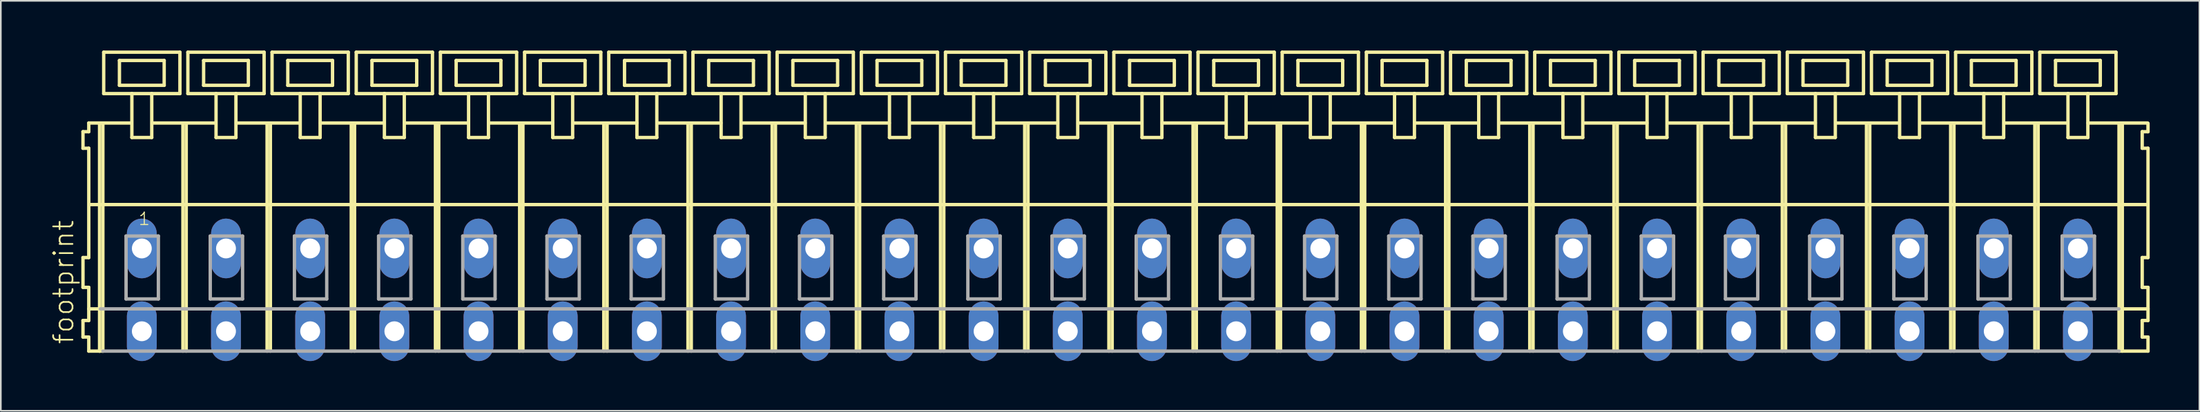
<source format=kicad_pcb>
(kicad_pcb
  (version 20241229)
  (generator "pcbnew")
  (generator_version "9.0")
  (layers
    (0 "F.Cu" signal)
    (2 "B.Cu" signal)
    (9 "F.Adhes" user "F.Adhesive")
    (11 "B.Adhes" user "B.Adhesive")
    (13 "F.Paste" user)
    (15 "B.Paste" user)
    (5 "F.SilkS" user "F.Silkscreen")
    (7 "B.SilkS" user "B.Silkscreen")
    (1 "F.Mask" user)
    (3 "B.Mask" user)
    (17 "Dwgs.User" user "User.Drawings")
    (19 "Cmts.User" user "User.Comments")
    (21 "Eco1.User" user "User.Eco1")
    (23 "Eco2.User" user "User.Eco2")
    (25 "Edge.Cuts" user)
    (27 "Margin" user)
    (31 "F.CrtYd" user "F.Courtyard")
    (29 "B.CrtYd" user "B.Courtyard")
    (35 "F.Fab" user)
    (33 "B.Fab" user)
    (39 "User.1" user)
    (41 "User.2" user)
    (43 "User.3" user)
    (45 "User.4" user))
  (footprint "footprint"
    (layer "F.Cu")
    (at 63.928 11.952)
    (property "Reference" "footprint" (at -62.455 5.855 90) (layer "F.SilkS") (effects (font (size 1.168 1.168) (thickness 0.102)) (justify left bottom)))
    (fp_line (start -61.97 -7.05) (end -61.97 -6.05) (stroke (width 0.203) (type solid)) (layer "F.SilkS"))
    (fp_line (start -61.97 -6.05) (end -61.62 -6.05) (stroke (width 0.203) (type solid)) (layer "F.SilkS"))
    (fp_line (start -61.97 0.55) (end -61.97 2.35) (stroke (width 0.203) (type solid)) (layer "F.SilkS"))
    (fp_line (start -61.97 2.35) (end -61.62 2.35) (stroke (width 0.203) (type solid)) (layer "F.SilkS"))
    (fp_line (start -61.97 4.35) (end -61.97 5.35) (stroke (width 0.203) (type solid)) (layer "F.SilkS"))
    (fp_line (start -61.97 5.35) (end -61.62 5.35) (stroke (width 0.203) (type solid)) (layer "F.SilkS"))
    (fp_line (start -61.62 -7.575) (end -61.62 -7.05) (stroke (width 0.203) (type solid)) (layer "F.SilkS"))
    (fp_line (start -61.62 -7.575) (end -59.045 -7.575) (stroke (width 0.203) (type solid)) (layer "F.SilkS"))
    (fp_line (start -61.62 -7.05) (end -61.97 -7.05) (stroke (width 0.203) (type solid)) (layer "F.SilkS"))
    (fp_line (start -61.62 -6.05) (end -61.62 0.55) (stroke (width 0.203) (type solid)) (layer "F.SilkS"))
    (fp_line (start -61.62 0.55) (end -61.97 0.55) (stroke (width 0.203) (type solid)) (layer "F.SilkS"))
    (fp_line (start -61.62 2.35) (end -61.62 4.35) (stroke (width 0.203) (type solid)) (layer "F.SilkS"))
    (fp_line (start -61.62 3.65) (end -60.92 3.65) (stroke (width 0.203) (type solid)) (layer "F.SilkS"))
    (fp_line (start -61.62 4.35) (end -61.97 4.35) (stroke (width 0.203) (type solid)) (layer "F.SilkS"))
    (fp_line (start -61.62 5.35) (end -61.62 6.2) (stroke (width 0.203) (type solid)) (layer "F.SilkS"))
    (fp_line (start -61.62 6.2) (end -60.97 6.2) (stroke (width 0.203) (type solid)) (layer "F.SilkS"))
    (fp_line (start -61.57 -2.65) (end 60.9 -2.65) (stroke (width 0.203) (type solid)) (layer "F.SilkS"))
    (fp_line (start -60.97 -7.55) (end -60.97 6.2) (stroke (width 0.203) (type solid)) (layer "F.SilkS"))
    (fp_line (start -60.97 6.2) (end -60.77 6.2) (stroke (width 0.203) (type solid)) (layer "F.SilkS"))
    (fp_line (start -60.77 -7.55) (end -60.77 6.2) (stroke (width 0.203) (type solid)) (layer "F.SilkS"))
    (fp_line (start -60.72 -11.85) (end -60.72 -9.35) (stroke (width 0.203) (type solid)) (layer "F.SilkS"))
    (fp_line (start -60.72 -9.35) (end -59.02 -9.35) (stroke (width 0.203) (type solid)) (layer "F.SilkS"))
    (fp_line (start -59.77 -11.35) (end -59.77 -9.85) (stroke (width 0.203) (type solid)) (layer "F.SilkS"))
    (fp_line (start -59.77 -9.85) (end -57.07 -9.85) (stroke (width 0.203) (type solid)) (layer "F.SilkS"))
    (fp_line (start -59.02 -9.35) (end -59.02 -6.7) (stroke (width 0.203) (type solid)) (layer "F.SilkS"))
    (fp_line (start -59.02 -9.35) (end -57.82 -9.35) (stroke (width 0.203) (type solid)) (layer "F.SilkS"))
    (fp_line (start -59.02 -6.7) (end -57.82 -6.7) (stroke (width 0.203) (type solid)) (layer "F.SilkS"))
    (fp_line (start -57.82 -9.35) (end -56.12 -9.35) (stroke (width 0.203) (type solid)) (layer "F.SilkS"))
    (fp_line (start -57.82 -6.7) (end -57.82 -9.35) (stroke (width 0.203) (type solid)) (layer "F.SilkS"))
    (fp_line (start -57.795 -7.575) (end -53.961 -7.575) (stroke (width 0.203) (type solid)) (layer "F.SilkS"))
    (fp_line (start -57.07 -11.35) (end -59.77 -11.35) (stroke (width 0.203) (type solid)) (layer "F.SilkS"))
    (fp_line (start -57.07 -9.85) (end -57.07 -11.35) (stroke (width 0.203) (type solid)) (layer "F.SilkS"))
    (fp_line (start -56.12 -11.85) (end -60.72 -11.85) (stroke (width 0.203) (type solid)) (layer "F.SilkS"))
    (fp_line (start -56.12 -9.35) (end -56.12 -11.85) (stroke (width 0.203) (type solid)) (layer "F.SilkS"))
    (fp_line (start -55.94 -7.55) (end -55.94 6.2) (stroke (width 0.203) (type solid)) (layer "F.SilkS"))
    (fp_line (start -55.74 -7.55) (end -55.74 6.2) (stroke (width 0.203) (type solid)) (layer "F.SilkS"))
    (fp_line (start -55.64 -11.85) (end -55.64 -9.35) (stroke (width 0.203) (type solid)) (layer "F.SilkS"))
    (fp_line (start -55.64 -9.35) (end -53.94 -9.35) (stroke (width 0.203) (type solid)) (layer "F.SilkS"))
    (fp_line (start -54.69 -11.35) (end -54.69 -9.85) (stroke (width 0.203) (type solid)) (layer "F.SilkS"))
    (fp_line (start -54.69 -9.85) (end -51.99 -9.85) (stroke (width 0.203) (type solid)) (layer "F.SilkS"))
    (fp_line (start -53.94 -9.35) (end -53.94 -6.7) (stroke (width 0.203) (type solid)) (layer "F.SilkS"))
    (fp_line (start -53.94 -9.35) (end -52.74 -9.35) (stroke (width 0.203) (type solid)) (layer "F.SilkS"))
    (fp_line (start -53.94 -6.7) (end -52.74 -6.7) (stroke (width 0.203) (type solid)) (layer "F.SilkS"))
    (fp_line (start -52.74 -9.35) (end -51.04 -9.35) (stroke (width 0.203) (type solid)) (layer "F.SilkS"))
    (fp_line (start -52.74 -6.7) (end -52.74 -9.35) (stroke (width 0.203) (type solid)) (layer "F.SilkS"))
    (fp_line (start -52.715 -7.575) (end -48.87 -7.575) (stroke (width 0.203) (type solid)) (layer "F.SilkS"))
    (fp_line (start -51.99 -11.35) (end -54.69 -11.35) (stroke (width 0.203) (type solid)) (layer "F.SilkS"))
    (fp_line (start -51.99 -9.85) (end -51.99 -11.35) (stroke (width 0.203) (type solid)) (layer "F.SilkS"))
    (fp_line (start -51.04 -11.85) (end -55.64 -11.85) (stroke (width 0.203) (type solid)) (layer "F.SilkS"))
    (fp_line (start -51.04 -9.35) (end -51.04 -11.85) (stroke (width 0.203) (type solid)) (layer "F.SilkS"))
    (fp_line (start -50.86 -7.55) (end -50.86 6.2) (stroke (width 0.203) (type solid)) (layer "F.SilkS"))
    (fp_line (start -50.66 -7.55) (end -50.66 6.2) (stroke (width 0.203) (type solid)) (layer "F.SilkS"))
    (fp_line (start -50.56 -11.85) (end -50.56 -9.35) (stroke (width 0.203) (type solid)) (layer "F.SilkS"))
    (fp_line (start -50.56 -9.35) (end -48.86 -9.35) (stroke (width 0.203) (type solid)) (layer "F.SilkS"))
    (fp_line (start -49.61 -11.35) (end -49.61 -9.85) (stroke (width 0.203) (type solid)) (layer "F.SilkS"))
    (fp_line (start -49.61 -9.85) (end -46.91 -9.85) (stroke (width 0.203) (type solid)) (layer "F.SilkS"))
    (fp_line (start -48.86 -9.35) (end -48.86 -6.7) (stroke (width 0.203) (type solid)) (layer "F.SilkS"))
    (fp_line (start -48.86 -9.35) (end -47.66 -9.35) (stroke (width 0.203) (type solid)) (layer "F.SilkS"))
    (fp_line (start -48.86 -6.7) (end -47.66 -6.7) (stroke (width 0.203) (type solid)) (layer "F.SilkS"))
    (fp_line (start -47.66 -9.35) (end -45.96 -9.35) (stroke (width 0.203) (type solid)) (layer "F.SilkS"))
    (fp_line (start -47.66 -6.7) (end -47.66 -9.35) (stroke (width 0.203) (type solid)) (layer "F.SilkS"))
    (fp_line (start -47.635 -7.575) (end -43.79 -7.575) (stroke (width 0.203) (type solid)) (layer "F.SilkS"))
    (fp_line (start -46.91 -11.35) (end -49.61 -11.35) (stroke (width 0.203) (type solid)) (layer "F.SilkS"))
    (fp_line (start -46.91 -9.85) (end -46.91 -11.35) (stroke (width 0.203) (type solid)) (layer "F.SilkS"))
    (fp_line (start -45.96 -11.85) (end -50.56 -11.85) (stroke (width 0.203) (type solid)) (layer "F.SilkS"))
    (fp_line (start -45.96 -9.35) (end -45.96 -11.85) (stroke (width 0.203) (type solid)) (layer "F.SilkS"))
    (fp_line (start -45.78 -7.55) (end -45.78 6.2) (stroke (width 0.203) (type solid)) (layer "F.SilkS"))
    (fp_line (start -45.58 -7.55) (end -45.58 6.2) (stroke (width 0.203) (type solid)) (layer "F.SilkS"))
    (fp_line (start -45.48 -11.85) (end -45.48 -9.35) (stroke (width 0.203) (type solid)) (layer "F.SilkS"))
    (fp_line (start -45.48 -9.35) (end -43.78 -9.35) (stroke (width 0.203) (type solid)) (layer "F.SilkS"))
    (fp_line (start -44.53 -11.35) (end -44.53 -9.85) (stroke (width 0.203) (type solid)) (layer "F.SilkS"))
    (fp_line (start -44.53 -9.85) (end -41.83 -9.85) (stroke (width 0.203) (type solid)) (layer "F.SilkS"))
    (fp_line (start -43.78 -9.35) (end -43.78 -6.7) (stroke (width 0.203) (type solid)) (layer "F.SilkS"))
    (fp_line (start -43.78 -9.35) (end -42.58 -9.35) (stroke (width 0.203) (type solid)) (layer "F.SilkS"))
    (fp_line (start -43.78 -6.7) (end -42.58 -6.7) (stroke (width 0.203) (type solid)) (layer "F.SilkS"))
    (fp_line (start -42.58 -9.35) (end -40.88 -9.35) (stroke (width 0.203) (type solid)) (layer "F.SilkS"))
    (fp_line (start -42.58 -6.7) (end -42.58 -9.35) (stroke (width 0.203) (type solid)) (layer "F.SilkS"))
    (fp_line (start -42.555 -7.575) (end -38.71 -7.575) (stroke (width 0.203) (type solid)) (layer "F.SilkS"))
    (fp_line (start -41.83 -11.35) (end -44.53 -11.35) (stroke (width 0.203) (type solid)) (layer "F.SilkS"))
    (fp_line (start -41.83 -9.85) (end -41.83 -11.35) (stroke (width 0.203) (type solid)) (layer "F.SilkS"))
    (fp_line (start -40.88 -11.85) (end -45.48 -11.85) (stroke (width 0.203) (type solid)) (layer "F.SilkS"))
    (fp_line (start -40.88 -9.35) (end -40.88 -11.85) (stroke (width 0.203) (type solid)) (layer "F.SilkS"))
    (fp_line (start -40.7 -7.55) (end -40.7 6.2) (stroke (width 0.203) (type solid)) (layer "F.SilkS"))
    (fp_line (start -40.5 -7.55) (end -40.5 6.2) (stroke (width 0.203) (type solid)) (layer "F.SilkS"))
    (fp_line (start -40.4 -11.85) (end -40.4 -9.35) (stroke (width 0.203) (type solid)) (layer "F.SilkS"))
    (fp_line (start -40.4 -9.35) (end -38.7 -9.35) (stroke (width 0.203) (type solid)) (layer "F.SilkS"))
    (fp_line (start -39.45 -11.35) (end -39.45 -9.85) (stroke (width 0.203) (type solid)) (layer "F.SilkS"))
    (fp_line (start -39.45 -9.85) (end -36.75 -9.85) (stroke (width 0.203) (type solid)) (layer "F.SilkS"))
    (fp_line (start -38.7 -9.35) (end -38.7 -6.7) (stroke (width 0.203) (type solid)) (layer "F.SilkS"))
    (fp_line (start -38.7 -9.35) (end -37.5 -9.35) (stroke (width 0.203) (type solid)) (layer "F.SilkS"))
    (fp_line (start -38.7 -6.7) (end -37.5 -6.7) (stroke (width 0.203) (type solid)) (layer "F.SilkS"))
    (fp_line (start -37.5 -9.35) (end -35.8 -9.35) (stroke (width 0.203) (type solid)) (layer "F.SilkS"))
    (fp_line (start -37.5 -6.7) (end -37.5 -9.35) (stroke (width 0.203) (type solid)) (layer "F.SilkS"))
    (fp_line (start -37.475 -7.575) (end -33.63 -7.575) (stroke (width 0.203) (type solid)) (layer "F.SilkS"))
    (fp_line (start -36.75 -11.35) (end -39.45 -11.35) (stroke (width 0.203) (type solid)) (layer "F.SilkS"))
    (fp_line (start -36.75 -9.85) (end -36.75 -11.35) (stroke (width 0.203) (type solid)) (layer "F.SilkS"))
    (fp_line (start -35.8 -11.85) (end -40.4 -11.85) (stroke (width 0.203) (type solid)) (layer "F.SilkS"))
    (fp_line (start -35.8 -9.35) (end -35.8 -11.85) (stroke (width 0.203) (type solid)) (layer "F.SilkS"))
    (fp_line (start -35.62 -7.55) (end -35.62 6.2) (stroke (width 0.203) (type solid)) (layer "F.SilkS"))
    (fp_line (start -35.42 -7.55) (end -35.42 6.2) (stroke (width 0.203) (type solid)) (layer "F.SilkS"))
    (fp_line (start -35.32 -11.85) (end -35.32 -9.35) (stroke (width 0.203) (type solid)) (layer "F.SilkS"))
    (fp_line (start -35.32 -9.35) (end -33.62 -9.35) (stroke (width 0.203) (type solid)) (layer "F.SilkS"))
    (fp_line (start -34.37 -11.35) (end -34.37 -9.85) (stroke (width 0.203) (type solid)) (layer "F.SilkS"))
    (fp_line (start -34.37 -9.85) (end -31.67 -9.85) (stroke (width 0.203) (type solid)) (layer "F.SilkS"))
    (fp_line (start -33.62 -9.35) (end -33.62 -6.7) (stroke (width 0.203) (type solid)) (layer "F.SilkS"))
    (fp_line (start -33.62 -9.35) (end -32.42 -9.35) (stroke (width 0.203) (type solid)) (layer "F.SilkS"))
    (fp_line (start -33.62 -6.7) (end -32.42 -6.7) (stroke (width 0.203) (type solid)) (layer "F.SilkS"))
    (fp_line (start -32.42 -9.35) (end -30.72 -9.35) (stroke (width 0.203) (type solid)) (layer "F.SilkS"))
    (fp_line (start -32.42 -6.7) (end -32.42 -9.35) (stroke (width 0.203) (type solid)) (layer "F.SilkS"))
    (fp_line (start -32.395 -7.575) (end -28.55 -7.575) (stroke (width 0.203) (type solid)) (layer "F.SilkS"))
    (fp_line (start -31.67 -11.35) (end -34.37 -11.35) (stroke (width 0.203) (type solid)) (layer "F.SilkS"))
    (fp_line (start -31.67 -9.85) (end -31.67 -11.35) (stroke (width 0.203) (type solid)) (layer "F.SilkS"))
    (fp_line (start -30.72 -11.85) (end -35.32 -11.85) (stroke (width 0.203) (type solid)) (layer "F.SilkS"))
    (fp_line (start -30.72 -9.35) (end -30.72 -11.85) (stroke (width 0.203) (type solid)) (layer "F.SilkS"))
    (fp_line (start -30.54 -7.55) (end -30.54 6.2) (stroke (width 0.203) (type solid)) (layer "F.SilkS"))
    (fp_line (start -30.34 -7.55) (end -30.34 6.2) (stroke (width 0.203) (type solid)) (layer "F.SilkS"))
    (fp_line (start -30.24 -11.85) (end -30.24 -9.35) (stroke (width 0.203) (type solid)) (layer "F.SilkS"))
    (fp_line (start -30.24 -9.35) (end -28.54 -9.35) (stroke (width 0.203) (type solid)) (layer "F.SilkS"))
    (fp_line (start -29.29 -11.35) (end -29.29 -9.85) (stroke (width 0.203) (type solid)) (layer "F.SilkS"))
    (fp_line (start -29.29 -9.85) (end -26.59 -9.85) (stroke (width 0.203) (type solid)) (layer "F.SilkS"))
    (fp_line (start -28.54 -9.35) (end -28.54 -6.7) (stroke (width 0.203) (type solid)) (layer "F.SilkS"))
    (fp_line (start -28.54 -9.35) (end -27.34 -9.35) (stroke (width 0.203) (type solid)) (layer "F.SilkS"))
    (fp_line (start -28.54 -6.7) (end -27.34 -6.7) (stroke (width 0.203) (type solid)) (layer "F.SilkS"))
    (fp_line (start -27.34 -9.35) (end -25.64 -9.35) (stroke (width 0.203) (type solid)) (layer "F.SilkS"))
    (fp_line (start -27.34 -6.7) (end -27.34 -9.35) (stroke (width 0.203) (type solid)) (layer "F.SilkS"))
    (fp_line (start -27.315 -7.575) (end -23.47 -7.575) (stroke (width 0.203) (type solid)) (layer "F.SilkS"))
    (fp_line (start -26.59 -11.35) (end -29.29 -11.35) (stroke (width 0.203) (type solid)) (layer "F.SilkS"))
    (fp_line (start -26.59 -9.85) (end -26.59 -11.35) (stroke (width 0.203) (type solid)) (layer "F.SilkS"))
    (fp_line (start -25.64 -11.85) (end -30.24 -11.85) (stroke (width 0.203) (type solid)) (layer "F.SilkS"))
    (fp_line (start -25.64 -9.35) (end -25.64 -11.85) (stroke (width 0.203) (type solid)) (layer "F.SilkS"))
    (fp_line (start -25.46 -7.55) (end -25.46 6.2) (stroke (width 0.203) (type solid)) (layer "F.SilkS"))
    (fp_line (start -25.26 -7.55) (end -25.26 6.2) (stroke (width 0.203) (type solid)) (layer "F.SilkS"))
    (fp_line (start -25.16 -11.85) (end -25.16 -9.35) (stroke (width 0.203) (type solid)) (layer "F.SilkS"))
    (fp_line (start -25.16 -9.35) (end -23.46 -9.35) (stroke (width 0.203) (type solid)) (layer "F.SilkS"))
    (fp_line (start -24.21 -11.35) (end -24.21 -9.85) (stroke (width 0.203) (type solid)) (layer "F.SilkS"))
    (fp_line (start -24.21 -9.85) (end -21.51 -9.85) (stroke (width 0.203) (type solid)) (layer "F.SilkS"))
    (fp_line (start -23.46 -9.35) (end -23.46 -6.7) (stroke (width 0.203) (type solid)) (layer "F.SilkS"))
    (fp_line (start -23.46 -9.35) (end -22.26 -9.35) (stroke (width 0.203) (type solid)) (layer "F.SilkS"))
    (fp_line (start -23.46 -6.7) (end -22.26 -6.7) (stroke (width 0.203) (type solid)) (layer "F.SilkS"))
    (fp_line (start -22.26 -9.35) (end -20.56 -9.35) (stroke (width 0.203) (type solid)) (layer "F.SilkS"))
    (fp_line (start -22.26 -6.7) (end -22.26 -9.35) (stroke (width 0.203) (type solid)) (layer "F.SilkS"))
    (fp_line (start -22.235 -7.575) (end -18.39 -7.575) (stroke (width 0.203) (type solid)) (layer "F.SilkS"))
    (fp_line (start -21.51 -11.35) (end -24.21 -11.35) (stroke (width 0.203) (type solid)) (layer "F.SilkS"))
    (fp_line (start -21.51 -9.85) (end -21.51 -11.35) (stroke (width 0.203) (type solid)) (layer "F.SilkS"))
    (fp_line (start -20.56 -11.85) (end -25.16 -11.85) (stroke (width 0.203) (type solid)) (layer "F.SilkS"))
    (fp_line (start -20.56 -9.35) (end -20.56 -11.85) (stroke (width 0.203) (type solid)) (layer "F.SilkS"))
    (fp_line (start -20.38 -7.55) (end -20.38 6.2) (stroke (width 0.203) (type solid)) (layer "F.SilkS"))
    (fp_line (start -20.18 -7.55) (end -20.18 6.2) (stroke (width 0.203) (type solid)) (layer "F.SilkS"))
    (fp_line (start -20.08 -11.85) (end -20.08 -9.35) (stroke (width 0.203) (type solid)) (layer "F.SilkS"))
    (fp_line (start -20.08 -9.35) (end -18.38 -9.35) (stroke (width 0.203) (type solid)) (layer "F.SilkS"))
    (fp_line (start -19.13 -11.35) (end -19.13 -9.85) (stroke (width 0.203) (type solid)) (layer "F.SilkS"))
    (fp_line (start -19.13 -9.85) (end -16.43 -9.85) (stroke (width 0.203) (type solid)) (layer "F.SilkS"))
    (fp_line (start -18.38 -9.35) (end -18.38 -6.7) (stroke (width 0.203) (type solid)) (layer "F.SilkS"))
    (fp_line (start -18.38 -9.35) (end -17.18 -9.35) (stroke (width 0.203) (type solid)) (layer "F.SilkS"))
    (fp_line (start -18.38 -6.7) (end -17.18 -6.7) (stroke (width 0.203) (type solid)) (layer "F.SilkS"))
    (fp_line (start -17.18 -9.35) (end -15.48 -9.35) (stroke (width 0.203) (type solid)) (layer "F.SilkS"))
    (fp_line (start -17.18 -6.7) (end -17.18 -9.35) (stroke (width 0.203) (type solid)) (layer "F.SilkS"))
    (fp_line (start -17.155 -7.575) (end -13.31 -7.575) (stroke (width 0.203) (type solid)) (layer "F.SilkS"))
    (fp_line (start -16.43 -11.35) (end -19.13 -11.35) (stroke (width 0.203) (type solid)) (layer "F.SilkS"))
    (fp_line (start -16.43 -9.85) (end -16.43 -11.35) (stroke (width 0.203) (type solid)) (layer "F.SilkS"))
    (fp_line (start -15.48 -11.85) (end -20.08 -11.85) (stroke (width 0.203) (type solid)) (layer "F.SilkS"))
    (fp_line (start -15.48 -9.35) (end -15.48 -11.85) (stroke (width 0.203) (type solid)) (layer "F.SilkS"))
    (fp_line (start -15.3 -7.55) (end -15.3 6.2) (stroke (width 0.203) (type solid)) (layer "F.SilkS"))
    (fp_line (start -15.1 -7.55) (end -15.1 6.2) (stroke (width 0.203) (type solid)) (layer "F.SilkS"))
    (fp_line (start -15 -11.85) (end -15 -9.35) (stroke (width 0.203) (type solid)) (layer "F.SilkS"))
    (fp_line (start -15 -9.35) (end -13.3 -9.35) (stroke (width 0.203) (type solid)) (layer "F.SilkS"))
    (fp_line (start -14.05 -11.35) (end -14.05 -9.85) (stroke (width 0.203) (type solid)) (layer "F.SilkS"))
    (fp_line (start -14.05 -9.85) (end -11.35 -9.85) (stroke (width 0.203) (type solid)) (layer "F.SilkS"))
    (fp_line (start -13.3 -9.35) (end -13.3 -6.7) (stroke (width 0.203) (type solid)) (layer "F.SilkS"))
    (fp_line (start -13.3 -9.35) (end -12.1 -9.35) (stroke (width 0.203) (type solid)) (layer "F.SilkS"))
    (fp_line (start -13.3 -6.7) (end -12.1 -6.7) (stroke (width 0.203) (type solid)) (layer "F.SilkS"))
    (fp_line (start -12.1 -9.35) (end -10.4 -9.35) (stroke (width 0.203) (type solid)) (layer "F.SilkS"))
    (fp_line (start -12.1 -6.7) (end -12.1 -9.35) (stroke (width 0.203) (type solid)) (layer "F.SilkS"))
    (fp_line (start -12.075 -7.575) (end -8.23 -7.575) (stroke (width 0.203) (type solid)) (layer "F.SilkS"))
    (fp_line (start -11.35 -11.35) (end -14.05 -11.35) (stroke (width 0.203) (type solid)) (layer "F.SilkS"))
    (fp_line (start -11.35 -9.85) (end -11.35 -11.35) (stroke (width 0.203) (type solid)) (layer "F.SilkS"))
    (fp_line (start -10.4 -11.85) (end -15 -11.85) (stroke (width 0.203) (type solid)) (layer "F.SilkS"))
    (fp_line (start -10.4 -9.35) (end -10.4 -11.85) (stroke (width 0.203) (type solid)) (layer "F.SilkS"))
    (fp_line (start -10.22 -7.55) (end -10.22 6.2) (stroke (width 0.203) (type solid)) (layer "F.SilkS"))
    (fp_line (start -10.02 -7.55) (end -10.02 6.2) (stroke (width 0.203) (type solid)) (layer "F.SilkS"))
    (fp_line (start -9.92 -11.85) (end -9.92 -9.35) (stroke (width 0.203) (type solid)) (layer "F.SilkS"))
    (fp_line (start -9.92 -9.35) (end -8.22 -9.35) (stroke (width 0.203) (type solid)) (layer "F.SilkS"))
    (fp_line (start -8.97 -11.35) (end -8.97 -9.85) (stroke (width 0.203) (type solid)) (layer "F.SilkS"))
    (fp_line (start -8.97 -9.85) (end -6.27 -9.85) (stroke (width 0.203) (type solid)) (layer "F.SilkS"))
    (fp_line (start -8.22 -9.35) (end -8.22 -6.7) (stroke (width 0.203) (type solid)) (layer "F.SilkS"))
    (fp_line (start -8.22 -9.35) (end -7.02 -9.35) (stroke (width 0.203) (type solid)) (layer "F.SilkS"))
    (fp_line (start -8.22 -6.7) (end -7.02 -6.7) (stroke (width 0.203) (type solid)) (layer "F.SilkS"))
    (fp_line (start -7.02 -9.35) (end -5.32 -9.35) (stroke (width 0.203) (type solid)) (layer "F.SilkS"))
    (fp_line (start -7.02 -6.7) (end -7.02 -9.35) (stroke (width 0.203) (type solid)) (layer "F.SilkS"))
    (fp_line (start -6.995 -7.575) (end -3.15 -7.575) (stroke (width 0.203) (type solid)) (layer "F.SilkS"))
    (fp_line (start -6.27 -11.35) (end -8.97 -11.35) (stroke (width 0.203) (type solid)) (layer "F.SilkS"))
    (fp_line (start -6.27 -9.85) (end -6.27 -11.35) (stroke (width 0.203) (type solid)) (layer "F.SilkS"))
    (fp_line (start -5.32 -11.85) (end -9.92 -11.85) (stroke (width 0.203) (type solid)) (layer "F.SilkS"))
    (fp_line (start -5.32 -9.35) (end -5.32 -11.85) (stroke (width 0.203) (type solid)) (layer "F.SilkS"))
    (fp_line (start -5.14 -7.55) (end -5.14 6.2) (stroke (width 0.203) (type solid)) (layer "F.SilkS"))
    (fp_line (start -4.94 -7.55) (end -4.94 6.2) (stroke (width 0.203) (type solid)) (layer "F.SilkS"))
    (fp_line (start -4.84 -11.85) (end -4.84 -9.35) (stroke (width 0.203) (type solid)) (layer "F.SilkS"))
    (fp_line (start -4.84 -9.35) (end -3.14 -9.35) (stroke (width 0.203) (type solid)) (layer "F.SilkS"))
    (fp_line (start -3.89 -11.35) (end -3.89 -9.85) (stroke (width 0.203) (type solid)) (layer "F.SilkS"))
    (fp_line (start -3.89 -9.85) (end -1.19 -9.85) (stroke (width 0.203) (type solid)) (layer "F.SilkS"))
    (fp_line (start -3.14 -9.35) (end -3.14 -6.7) (stroke (width 0.203) (type solid)) (layer "F.SilkS"))
    (fp_line (start -3.14 -9.35) (end -1.94 -9.35) (stroke (width 0.203) (type solid)) (layer "F.SilkS"))
    (fp_line (start -3.14 -6.7) (end -1.94 -6.7) (stroke (width 0.203) (type solid)) (layer "F.SilkS"))
    (fp_line (start -1.94 -9.35) (end -0.24 -9.35) (stroke (width 0.203) (type solid)) (layer "F.SilkS"))
    (fp_line (start -1.94 -6.7) (end -1.94 -9.35) (stroke (width 0.203) (type solid)) (layer "F.SilkS"))
    (fp_line (start -1.915 -7.575) (end 1.93 -7.575) (stroke (width 0.203) (type solid)) (layer "F.SilkS"))
    (fp_line (start -1.19 -11.35) (end -3.89 -11.35) (stroke (width 0.203) (type solid)) (layer "F.SilkS"))
    (fp_line (start -1.19 -9.85) (end -1.19 -11.35) (stroke (width 0.203) (type solid)) (layer "F.SilkS"))
    (fp_line (start -0.24 -11.85) (end -4.84 -11.85) (stroke (width 0.203) (type solid)) (layer "F.SilkS"))
    (fp_line (start -0.24 -9.35) (end -0.24 -11.85) (stroke (width 0.203) (type solid)) (layer "F.SilkS"))
    (fp_line (start -0.06 -7.55) (end -0.06 6.2) (stroke (width 0.203) (type solid)) (layer "F.SilkS"))
    (fp_line (start 0.14 -7.55) (end 0.14 6.2) (stroke (width 0.203) (type solid)) (layer "F.SilkS"))
    (fp_line (start 0.24 -11.85) (end 0.24 -9.35) (stroke (width 0.203) (type solid)) (layer "F.SilkS"))
    (fp_line (start 0.24 -9.35) (end 1.94 -9.35) (stroke (width 0.203) (type solid)) (layer "F.SilkS"))
    (fp_line (start 1.19 -11.35) (end 1.19 -9.85) (stroke (width 0.203) (type solid)) (layer "F.SilkS"))
    (fp_line (start 1.19 -9.85) (end 3.89 -9.85) (stroke (width 0.203) (type solid)) (layer "F.SilkS"))
    (fp_line (start 1.94 -9.35) (end 1.94 -6.7) (stroke (width 0.203) (type solid)) (layer "F.SilkS"))
    (fp_line (start 1.94 -9.35) (end 3.14 -9.35) (stroke (width 0.203) (type solid)) (layer "F.SilkS"))
    (fp_line (start 1.94 -6.7) (end 3.14 -6.7) (stroke (width 0.203) (type solid)) (layer "F.SilkS"))
    (fp_line (start 3.14 -9.35) (end 4.84 -9.35) (stroke (width 0.203) (type solid)) (layer "F.SilkS"))
    (fp_line (start 3.14 -6.7) (end 3.14 -9.35) (stroke (width 0.203) (type solid)) (layer "F.SilkS"))
    (fp_line (start 3.165 -7.575) (end 7.01 -7.575) (stroke (width 0.203) (type solid)) (layer "F.SilkS"))
    (fp_line (start 3.89 -11.35) (end 1.19 -11.35) (stroke (width 0.203) (type solid)) (layer "F.SilkS"))
    (fp_line (start 3.89 -9.85) (end 3.89 -11.35) (stroke (width 0.203) (type solid)) (layer "F.SilkS"))
    (fp_line (start 4.84 -11.85) (end 0.24 -11.85) (stroke (width 0.203) (type solid)) (layer "F.SilkS"))
    (fp_line (start 4.84 -9.35) (end 4.84 -11.85) (stroke (width 0.203) (type solid)) (layer "F.SilkS"))
    (fp_line (start 5.02 -7.55) (end 5.02 6.2) (stroke (width 0.203) (type solid)) (layer "F.SilkS"))
    (fp_line (start 5.22 -7.55) (end 5.22 6.2) (stroke (width 0.203) (type solid)) (layer "F.SilkS"))
    (fp_line (start 5.32 -11.85) (end 5.32 -9.35) (stroke (width 0.203) (type solid)) (layer "F.SilkS"))
    (fp_line (start 5.32 -9.35) (end 7.02 -9.35) (stroke (width 0.203) (type solid)) (layer "F.SilkS"))
    (fp_line (start 6.27 -11.35) (end 6.27 -9.85) (stroke (width 0.203) (type solid)) (layer "F.SilkS"))
    (fp_line (start 6.27 -9.85) (end 8.97 -9.85) (stroke (width 0.203) (type solid)) (layer "F.SilkS"))
    (fp_line (start 7.02 -9.35) (end 7.02 -6.7) (stroke (width 0.203) (type solid)) (layer "F.SilkS"))
    (fp_line (start 7.02 -9.35) (end 8.22 -9.35) (stroke (width 0.203) (type solid)) (layer "F.SilkS"))
    (fp_line (start 7.02 -6.7) (end 8.22 -6.7) (stroke (width 0.203) (type solid)) (layer "F.SilkS"))
    (fp_line (start 8.22 -9.35) (end 9.92 -9.35) (stroke (width 0.203) (type solid)) (layer "F.SilkS"))
    (fp_line (start 8.22 -6.7) (end 8.22 -9.35) (stroke (width 0.203) (type solid)) (layer "F.SilkS"))
    (fp_line (start 8.245 -7.575) (end 12.09 -7.575) (stroke (width 0.203) (type solid)) (layer "F.SilkS"))
    (fp_line (start 8.97 -11.35) (end 6.27 -11.35) (stroke (width 0.203) (type solid)) (layer "F.SilkS"))
    (fp_line (start 8.97 -9.85) (end 8.97 -11.35) (stroke (width 0.203) (type solid)) (layer "F.SilkS"))
    (fp_line (start 9.92 -11.85) (end 5.32 -11.85) (stroke (width 0.203) (type solid)) (layer "F.SilkS"))
    (fp_line (start 9.92 -9.35) (end 9.92 -11.85) (stroke (width 0.203) (type solid)) (layer "F.SilkS"))
    (fp_line (start 10.1 -7.55) (end 10.1 6.2) (stroke (width 0.203) (type solid)) (layer "F.SilkS"))
    (fp_line (start 10.3 -7.55) (end 10.3 6.2) (stroke (width 0.203) (type solid)) (layer "F.SilkS"))
    (fp_line (start 10.4 -11.85) (end 10.4 -9.35) (stroke (width 0.203) (type solid)) (layer "F.SilkS"))
    (fp_line (start 10.4 -9.35) (end 12.1 -9.35) (stroke (width 0.203) (type solid)) (layer "F.SilkS"))
    (fp_line (start 11.35 -11.35) (end 11.35 -9.85) (stroke (width 0.203) (type solid)) (layer "F.SilkS"))
    (fp_line (start 11.35 -9.85) (end 14.05 -9.85) (stroke (width 0.203) (type solid)) (layer "F.SilkS"))
    (fp_line (start 12.1 -9.35) (end 12.1 -6.7) (stroke (width 0.203) (type solid)) (layer "F.SilkS"))
    (fp_line (start 12.1 -9.35) (end 13.3 -9.35) (stroke (width 0.203) (type solid)) (layer "F.SilkS"))
    (fp_line (start 12.1 -6.7) (end 13.3 -6.7) (stroke (width 0.203) (type solid)) (layer "F.SilkS"))
    (fp_line (start 13.3 -9.35) (end 15 -9.35) (stroke (width 0.203) (type solid)) (layer "F.SilkS"))
    (fp_line (start 13.3 -6.7) (end 13.3 -9.35) (stroke (width 0.203) (type solid)) (layer "F.SilkS"))
    (fp_line (start 13.325 -7.575) (end 17.17 -7.575) (stroke (width 0.203) (type solid)) (layer "F.SilkS"))
    (fp_line (start 14.05 -11.35) (end 11.35 -11.35) (stroke (width 0.203) (type solid)) (layer "F.SilkS"))
    (fp_line (start 14.05 -9.85) (end 14.05 -11.35) (stroke (width 0.203) (type solid)) (layer "F.SilkS"))
    (fp_line (start 15 -11.85) (end 10.4 -11.85) (stroke (width 0.203) (type solid)) (layer "F.SilkS"))
    (fp_line (start 15 -9.35) (end 15 -11.85) (stroke (width 0.203) (type solid)) (layer "F.SilkS"))
    (fp_line (start 15.18 -7.55) (end 15.18 6.2) (stroke (width 0.203) (type solid)) (layer "F.SilkS"))
    (fp_line (start 15.38 -7.55) (end 15.38 6.2) (stroke (width 0.203) (type solid)) (layer "F.SilkS"))
    (fp_line (start 15.48 -11.85) (end 15.48 -9.35) (stroke (width 0.203) (type solid)) (layer "F.SilkS"))
    (fp_line (start 15.48 -9.35) (end 17.18 -9.35) (stroke (width 0.203) (type solid)) (layer "F.SilkS"))
    (fp_line (start 16.43 -11.35) (end 16.43 -9.85) (stroke (width 0.203) (type solid)) (layer "F.SilkS"))
    (fp_line (start 16.43 -9.85) (end 19.13 -9.85) (stroke (width 0.203) (type solid)) (layer "F.SilkS"))
    (fp_line (start 17.18 -9.35) (end 17.18 -6.7) (stroke (width 0.203) (type solid)) (layer "F.SilkS"))
    (fp_line (start 17.18 -9.35) (end 18.38 -9.35) (stroke (width 0.203) (type solid)) (layer "F.SilkS"))
    (fp_line (start 17.18 -6.7) (end 18.38 -6.7) (stroke (width 0.203) (type solid)) (layer "F.SilkS"))
    (fp_line (start 18.38 -9.35) (end 20.08 -9.35) (stroke (width 0.203) (type solid)) (layer "F.SilkS"))
    (fp_line (start 18.38 -6.7) (end 18.38 -9.35) (stroke (width 0.203) (type solid)) (layer "F.SilkS"))
    (fp_line (start 18.405 -7.575) (end 22.239 -7.575) (stroke (width 0.203) (type solid)) (layer "F.SilkS"))
    (fp_line (start 19.13 -11.35) (end 16.43 -11.35) (stroke (width 0.203) (type solid)) (layer "F.SilkS"))
    (fp_line (start 19.13 -9.85) (end 19.13 -11.35) (stroke (width 0.203) (type solid)) (layer "F.SilkS"))
    (fp_line (start 20.08 -11.85) (end 15.48 -11.85) (stroke (width 0.203) (type solid)) (layer "F.SilkS"))
    (fp_line (start 20.08 -9.35) (end 20.08 -11.85) (stroke (width 0.203) (type solid)) (layer "F.SilkS"))
    (fp_line (start 20.26 -7.55) (end 20.26 6.2) (stroke (width 0.203) (type solid)) (layer "F.SilkS"))
    (fp_line (start 20.46 -7.55) (end 20.46 6.2) (stroke (width 0.203) (type solid)) (layer "F.SilkS"))
    (fp_line (start 20.56 -11.85) (end 20.56 -9.35) (stroke (width 0.203) (type solid)) (layer "F.SilkS"))
    (fp_line (start 20.56 -9.35) (end 22.26 -9.35) (stroke (width 0.203) (type solid)) (layer "F.SilkS"))
    (fp_line (start 21.51 -11.35) (end 21.51 -9.85) (stroke (width 0.203) (type solid)) (layer "F.SilkS"))
    (fp_line (start 21.51 -9.85) (end 24.21 -9.85) (stroke (width 0.203) (type solid)) (layer "F.SilkS"))
    (fp_line (start 22.26 -9.35) (end 22.26 -6.7) (stroke (width 0.203) (type solid)) (layer "F.SilkS"))
    (fp_line (start 22.26 -9.35) (end 23.46 -9.35) (stroke (width 0.203) (type solid)) (layer "F.SilkS"))
    (fp_line (start 22.26 -6.7) (end 23.46 -6.7) (stroke (width 0.203) (type solid)) (layer "F.SilkS"))
    (fp_line (start 23.46 -9.35) (end 25.16 -9.35) (stroke (width 0.203) (type solid)) (layer "F.SilkS"))
    (fp_line (start 23.46 -6.7) (end 23.46 -9.35) (stroke (width 0.203) (type solid)) (layer "F.SilkS"))
    (fp_line (start 23.485 -7.575) (end 27.33 -7.575) (stroke (width 0.203) (type solid)) (layer "F.SilkS"))
    (fp_line (start 24.21 -11.35) (end 21.51 -11.35) (stroke (width 0.203) (type solid)) (layer "F.SilkS"))
    (fp_line (start 24.21 -9.85) (end 24.21 -11.35) (stroke (width 0.203) (type solid)) (layer "F.SilkS"))
    (fp_line (start 25.16 -11.85) (end 20.56 -11.85) (stroke (width 0.203) (type solid)) (layer "F.SilkS"))
    (fp_line (start 25.16 -9.35) (end 25.16 -11.85) (stroke (width 0.203) (type solid)) (layer "F.SilkS"))
    (fp_line (start 25.34 -7.55) (end 25.34 6.2) (stroke (width 0.203) (type solid)) (layer "F.SilkS"))
    (fp_line (start 25.54 -7.55) (end 25.54 6.2) (stroke (width 0.203) (type solid)) (layer "F.SilkS"))
    (fp_line (start 25.64 -11.85) (end 25.64 -9.35) (stroke (width 0.203) (type solid)) (layer "F.SilkS"))
    (fp_line (start 25.64 -9.35) (end 27.34 -9.35) (stroke (width 0.203) (type solid)) (layer "F.SilkS"))
    (fp_line (start 26.59 -11.35) (end 26.59 -9.85) (stroke (width 0.203) (type solid)) (layer "F.SilkS"))
    (fp_line (start 26.59 -9.85) (end 29.29 -9.85) (stroke (width 0.203) (type solid)) (layer "F.SilkS"))
    (fp_line (start 27.34 -9.35) (end 27.34 -6.7) (stroke (width 0.203) (type solid)) (layer "F.SilkS"))
    (fp_line (start 27.34 -9.35) (end 28.54 -9.35) (stroke (width 0.203) (type solid)) (layer "F.SilkS"))
    (fp_line (start 27.34 -6.7) (end 28.54 -6.7) (stroke (width 0.203) (type solid)) (layer "F.SilkS"))
    (fp_line (start 28.54 -9.35) (end 30.24 -9.35) (stroke (width 0.203) (type solid)) (layer "F.SilkS"))
    (fp_line (start 28.54 -6.7) (end 28.54 -9.35) (stroke (width 0.203) (type solid)) (layer "F.SilkS"))
    (fp_line (start 28.565 -7.575) (end 32.41 -7.575) (stroke (width 0.203) (type solid)) (layer "F.SilkS"))
    (fp_line (start 29.29 -11.35) (end 26.59 -11.35) (stroke (width 0.203) (type solid)) (layer "F.SilkS"))
    (fp_line (start 29.29 -9.85) (end 29.29 -11.35) (stroke (width 0.203) (type solid)) (layer "F.SilkS"))
    (fp_line (start 30.24 -11.85) (end 25.64 -11.85) (stroke (width 0.203) (type solid)) (layer "F.SilkS"))
    (fp_line (start 30.24 -9.35) (end 30.24 -11.85) (stroke (width 0.203) (type solid)) (layer "F.SilkS"))
    (fp_line (start 30.42 -7.55) (end 30.42 6.2) (stroke (width 0.203) (type solid)) (layer "F.SilkS"))
    (fp_line (start 30.62 -7.55) (end 30.62 6.2) (stroke (width 0.203) (type solid)) (layer "F.SilkS"))
    (fp_line (start 30.72 -11.85) (end 30.72 -9.35) (stroke (width 0.203) (type solid)) (layer "F.SilkS"))
    (fp_line (start 30.72 -9.35) (end 32.42 -9.35) (stroke (width 0.203) (type solid)) (layer "F.SilkS"))
    (fp_line (start 31.67 -11.35) (end 31.67 -9.85) (stroke (width 0.203) (type solid)) (layer "F.SilkS"))
    (fp_line (start 31.67 -9.85) (end 34.37 -9.85) (stroke (width 0.203) (type solid)) (layer "F.SilkS"))
    (fp_line (start 32.42 -9.35) (end 32.42 -6.7) (stroke (width 0.203) (type solid)) (layer "F.SilkS"))
    (fp_line (start 32.42 -9.35) (end 33.62 -9.35) (stroke (width 0.203) (type solid)) (layer "F.SilkS"))
    (fp_line (start 32.42 -6.7) (end 33.62 -6.7) (stroke (width 0.203) (type solid)) (layer "F.SilkS"))
    (fp_line (start 33.62 -9.35) (end 35.32 -9.35) (stroke (width 0.203) (type solid)) (layer "F.SilkS"))
    (fp_line (start 33.62 -6.7) (end 33.62 -9.35) (stroke (width 0.203) (type solid)) (layer "F.SilkS"))
    (fp_line (start 33.645 -7.575) (end 37.49 -7.575) (stroke (width 0.203) (type solid)) (layer "F.SilkS"))
    (fp_line (start 34.37 -11.35) (end 31.67 -11.35) (stroke (width 0.203) (type solid)) (layer "F.SilkS"))
    (fp_line (start 34.37 -9.85) (end 34.37 -11.35) (stroke (width 0.203) (type solid)) (layer "F.SilkS"))
    (fp_line (start 35.32 -11.85) (end 30.72 -11.85) (stroke (width 0.203) (type solid)) (layer "F.SilkS"))
    (fp_line (start 35.32 -9.35) (end 35.32 -11.85) (stroke (width 0.203) (type solid)) (layer "F.SilkS"))
    (fp_line (start 35.5 -7.55) (end 35.5 6.2) (stroke (width 0.203) (type solid)) (layer "F.SilkS"))
    (fp_line (start 35.7 -7.55) (end 35.7 6.2) (stroke (width 0.203) (type solid)) (layer "F.SilkS"))
    (fp_line (start 35.8 -11.85) (end 35.8 -9.35) (stroke (width 0.203) (type solid)) (layer "F.SilkS"))
    (fp_line (start 35.8 -9.35) (end 37.5 -9.35) (stroke (width 0.203) (type solid)) (layer "F.SilkS"))
    (fp_line (start 36.75 -11.35) (end 36.75 -9.85) (stroke (width 0.203) (type solid)) (layer "F.SilkS"))
    (fp_line (start 36.75 -9.85) (end 39.45 -9.85) (stroke (width 0.203) (type solid)) (layer "F.SilkS"))
    (fp_line (start 37.5 -9.35) (end 37.5 -6.7) (stroke (width 0.203) (type solid)) (layer "F.SilkS"))
    (fp_line (start 37.5 -9.35) (end 38.7 -9.35) (stroke (width 0.203) (type solid)) (layer "F.SilkS"))
    (fp_line (start 37.5 -6.7) (end 38.7 -6.7) (stroke (width 0.203) (type solid)) (layer "F.SilkS"))
    (fp_line (start 38.7 -9.35) (end 40.4 -9.35) (stroke (width 0.203) (type solid)) (layer "F.SilkS"))
    (fp_line (start 38.7 -6.7) (end 38.7 -9.35) (stroke (width 0.203) (type solid)) (layer "F.SilkS"))
    (fp_line (start 38.725 -7.575) (end 42.57 -7.575) (stroke (width 0.203) (type solid)) (layer "F.SilkS"))
    (fp_line (start 39.45 -11.35) (end 36.75 -11.35) (stroke (width 0.203) (type solid)) (layer "F.SilkS"))
    (fp_line (start 39.45 -9.85) (end 39.45 -11.35) (stroke (width 0.203) (type solid)) (layer "F.SilkS"))
    (fp_line (start 40.4 -11.85) (end 35.8 -11.85) (stroke (width 0.203) (type solid)) (layer "F.SilkS"))
    (fp_line (start 40.4 -9.35) (end 40.4 -11.85) (stroke (width 0.203) (type solid)) (layer "F.SilkS"))
    (fp_line (start 40.58 -7.55) (end 40.58 6.2) (stroke (width 0.203) (type solid)) (layer "F.SilkS"))
    (fp_line (start 40.78 -7.55) (end 40.78 6.2) (stroke (width 0.203) (type solid)) (layer "F.SilkS"))
    (fp_line (start 40.88 -11.85) (end 40.88 -9.35) (stroke (width 0.203) (type solid)) (layer "F.SilkS"))
    (fp_line (start 40.88 -9.35) (end 42.58 -9.35) (stroke (width 0.203) (type solid)) (layer "F.SilkS"))
    (fp_line (start 41.83 -11.35) (end 41.83 -9.85) (stroke (width 0.203) (type solid)) (layer "F.SilkS"))
    (fp_line (start 41.83 -9.85) (end 44.53 -9.85) (stroke (width 0.203) (type solid)) (layer "F.SilkS"))
    (fp_line (start 42.58 -9.35) (end 42.58 -6.7) (stroke (width 0.203) (type solid)) (layer "F.SilkS"))
    (fp_line (start 42.58 -9.35) (end 43.78 -9.35) (stroke (width 0.203) (type solid)) (layer "F.SilkS"))
    (fp_line (start 42.58 -6.7) (end 43.78 -6.7) (stroke (width 0.203) (type solid)) (layer "F.SilkS"))
    (fp_line (start 43.78 -9.35) (end 45.48 -9.35) (stroke (width 0.203) (type solid)) (layer "F.SilkS"))
    (fp_line (start 43.78 -6.7) (end 43.78 -9.35) (stroke (width 0.203) (type solid)) (layer "F.SilkS"))
    (fp_line (start 43.805 -7.575) (end 47.65 -7.575) (stroke (width 0.203) (type solid)) (layer "F.SilkS"))
    (fp_line (start 44.53 -11.35) (end 41.83 -11.35) (stroke (width 0.203) (type solid)) (layer "F.SilkS"))
    (fp_line (start 44.53 -9.85) (end 44.53 -11.35) (stroke (width 0.203) (type solid)) (layer "F.SilkS"))
    (fp_line (start 45.48 -11.85) (end 40.88 -11.85) (stroke (width 0.203) (type solid)) (layer "F.SilkS"))
    (fp_line (start 45.48 -9.35) (end 45.48 -11.85) (stroke (width 0.203) (type solid)) (layer "F.SilkS"))
    (fp_line (start 45.66 -7.55) (end 45.66 6.2) (stroke (width 0.203) (type solid)) (layer "F.SilkS"))
    (fp_line (start 45.86 -7.55) (end 45.86 6.2) (stroke (width 0.203) (type solid)) (layer "F.SilkS"))
    (fp_line (start 45.96 -11.85) (end 45.96 -9.35) (stroke (width 0.203) (type solid)) (layer "F.SilkS"))
    (fp_line (start 45.96 -9.35) (end 47.66 -9.35) (stroke (width 0.203) (type solid)) (layer "F.SilkS"))
    (fp_line (start 46.91 -11.35) (end 46.91 -9.85) (stroke (width 0.203) (type solid)) (layer "F.SilkS"))
    (fp_line (start 46.91 -9.85) (end 49.61 -9.85) (stroke (width 0.203) (type solid)) (layer "F.SilkS"))
    (fp_line (start 47.66 -9.35) (end 47.66 -6.7) (stroke (width 0.203) (type solid)) (layer "F.SilkS"))
    (fp_line (start 47.66 -9.35) (end 48.86 -9.35) (stroke (width 0.203) (type solid)) (layer "F.SilkS"))
    (fp_line (start 47.66 -6.7) (end 48.86 -6.7) (stroke (width 0.203) (type solid)) (layer "F.SilkS"))
    (fp_line (start 48.86 -9.35) (end 50.56 -9.35) (stroke (width 0.203) (type solid)) (layer "F.SilkS"))
    (fp_line (start 48.86 -6.7) (end 48.86 -9.35) (stroke (width 0.203) (type solid)) (layer "F.SilkS"))
    (fp_line (start 48.885 -7.575) (end 52.73 -7.575) (stroke (width 0.203) (type solid)) (layer "F.SilkS"))
    (fp_line (start 49.61 -11.35) (end 46.91 -11.35) (stroke (width 0.203) (type solid)) (layer "F.SilkS"))
    (fp_line (start 49.61 -9.85) (end 49.61 -11.35) (stroke (width 0.203) (type solid)) (layer "F.SilkS"))
    (fp_line (start 50.56 -11.85) (end 45.96 -11.85) (stroke (width 0.203) (type solid)) (layer "F.SilkS"))
    (fp_line (start 50.56 -9.35) (end 50.56 -11.85) (stroke (width 0.203) (type solid)) (layer "F.SilkS"))
    (fp_line (start 50.74 -7.55) (end 50.74 6.2) (stroke (width 0.203) (type solid)) (layer "F.SilkS"))
    (fp_line (start 50.94 -7.55) (end 50.94 6.2) (stroke (width 0.203) (type solid)) (layer "F.SilkS"))
    (fp_line (start 51.04 -11.85) (end 51.04 -9.35) (stroke (width 0.203) (type solid)) (layer "F.SilkS"))
    (fp_line (start 51.04 -9.35) (end 52.74 -9.35) (stroke (width 0.203) (type solid)) (layer "F.SilkS"))
    (fp_line (start 51.99 -11.35) (end 51.99 -9.85) (stroke (width 0.203) (type solid)) (layer "F.SilkS"))
    (fp_line (start 51.99 -9.85) (end 54.69 -9.85) (stroke (width 0.203) (type solid)) (layer "F.SilkS"))
    (fp_line (start 52.74 -9.35) (end 52.74 -6.7) (stroke (width 0.203) (type solid)) (layer "F.SilkS"))
    (fp_line (start 52.74 -9.35) (end 53.94 -9.35) (stroke (width 0.203) (type solid)) (layer "F.SilkS"))
    (fp_line (start 52.74 -6.7) (end 53.94 -6.7) (stroke (width 0.203) (type solid)) (layer "F.SilkS"))
    (fp_line (start 53.94 -9.35) (end 55.64 -9.35) (stroke (width 0.203) (type solid)) (layer "F.SilkS"))
    (fp_line (start 53.94 -6.7) (end 53.94 -9.35) (stroke (width 0.203) (type solid)) (layer "F.SilkS"))
    (fp_line (start 53.965 -7.575) (end 57.81 -7.575) (stroke (width 0.203) (type solid)) (layer "F.SilkS"))
    (fp_line (start 54.69 -11.35) (end 51.99 -11.35) (stroke (width 0.203) (type solid)) (layer "F.SilkS"))
    (fp_line (start 54.69 -9.85) (end 54.69 -11.35) (stroke (width 0.203) (type solid)) (layer "F.SilkS"))
    (fp_line (start 55.64 -11.85) (end 51.04 -11.85) (stroke (width 0.203) (type solid)) (layer "F.SilkS"))
    (fp_line (start 55.64 -9.35) (end 55.64 -11.85) (stroke (width 0.203) (type solid)) (layer "F.SilkS"))
    (fp_line (start 55.82 -7.55) (end 55.82 6.2) (stroke (width 0.203) (type solid)) (layer "F.SilkS"))
    (fp_line (start 56.02 -7.55) (end 56.02 6.2) (stroke (width 0.203) (type solid)) (layer "F.SilkS"))
    (fp_line (start 56.12 -11.85) (end 56.12 -9.35) (stroke (width 0.203) (type solid)) (layer "F.SilkS"))
    (fp_line (start 56.12 -9.35) (end 57.82 -9.35) (stroke (width 0.203) (type solid)) (layer "F.SilkS"))
    (fp_line (start 57.07 -11.35) (end 57.07 -9.85) (stroke (width 0.203) (type solid)) (layer "F.SilkS"))
    (fp_line (start 57.07 -9.85) (end 59.77 -9.85) (stroke (width 0.203) (type solid)) (layer "F.SilkS"))
    (fp_line (start 57.82 -9.35) (end 57.82 -6.7) (stroke (width 0.203) (type solid)) (layer "F.SilkS"))
    (fp_line (start 57.82 -9.35) (end 59.02 -9.35) (stroke (width 0.203) (type solid)) (layer "F.SilkS"))
    (fp_line (start 57.82 -6.7) (end 59.02 -6.7) (stroke (width 0.203) (type solid)) (layer "F.SilkS"))
    (fp_line (start 59.02 -9.35) (end 60.72 -9.35) (stroke (width 0.203) (type solid)) (layer "F.SilkS"))
    (fp_line (start 59.02 -6.7) (end 59.02 -9.35) (stroke (width 0.203) (type solid)) (layer "F.SilkS"))
    (fp_line (start 59.03 -7.575) (end 62.625 -7.575) (stroke (width 0.203) (type solid)) (layer "F.SilkS"))
    (fp_line (start 59.77 -11.35) (end 57.07 -11.35) (stroke (width 0.203) (type solid)) (layer "F.SilkS"))
    (fp_line (start 59.77 -9.85) (end 59.77 -11.35) (stroke (width 0.203) (type solid)) (layer "F.SilkS"))
    (fp_line (start 60.72 -11.85) (end 56.12 -11.85) (stroke (width 0.203) (type solid)) (layer "F.SilkS"))
    (fp_line (start 60.72 -9.35) (end 60.72 -11.85) (stroke (width 0.203) (type solid)) (layer "F.SilkS"))
    (fp_line (start 60.9 -7.55) (end 60.9 -2.65) (stroke (width 0.203) (type solid)) (layer "F.SilkS"))
    (fp_line (start 60.9 -2.65) (end 60.9 6.2) (stroke (width 0.203) (type solid)) (layer "F.SilkS"))
    (fp_line (start 60.9 -2.65) (end 62.6 -2.65) (stroke (width 0.203) (type solid)) (layer "F.SilkS"))
    (fp_line (start 60.9 6.2) (end 62.65 6.2) (stroke (width 0.203) (type solid)) (layer "F.SilkS"))
    (fp_line (start 60.95 3.65) (end 62.65 3.65) (stroke (width 0.203) (type solid)) (layer "F.SilkS"))
    (fp_line (start 61.1 -7.55) (end 61.1 6.2) (stroke (width 0.203) (type solid)) (layer "F.SilkS"))
    (fp_line (start 62.3 -7.05) (end 62.3 -6.05) (stroke (width 0.203) (type solid)) (layer "F.SilkS"))
    (fp_line (start 62.3 -6.05) (end 62.65 -6.05) (stroke (width 0.203) (type solid)) (layer "F.SilkS"))
    (fp_line (start 62.3 0.55) (end 62.3 2.35) (stroke (width 0.203) (type solid)) (layer "F.SilkS"))
    (fp_line (start 62.3 2.35) (end 62.65 2.35) (stroke (width 0.203) (type solid)) (layer "F.SilkS"))
    (fp_line (start 62.3 4.35) (end 62.3 5.35) (stroke (width 0.203) (type solid)) (layer "F.SilkS"))
    (fp_line (start 62.3 5.35) (end 62.65 5.35) (stroke (width 0.203) (type solid)) (layer "F.SilkS"))
    (fp_line (start 62.65 -7.05) (end 62.3 -7.05) (stroke (width 0.203) (type solid)) (layer "F.SilkS"))
    (fp_line (start 62.65 -7.05) (end 62.65 -7.55) (stroke (width 0.203) (type solid)) (layer "F.SilkS"))
    (fp_line (start 62.65 0.55) (end 62.3 0.55) (stroke (width 0.203) (type solid)) (layer "F.SilkS"))
    (fp_line (start 62.65 0.55) (end 62.65 -6.05) (stroke (width 0.203) (type solid)) (layer "F.SilkS"))
    (fp_line (start 62.65 3.65) (end 62.65 2.35) (stroke (width 0.203) (type solid)) (layer "F.SilkS"))
    (fp_line (start 62.65 4.35) (end 62.3 4.35) (stroke (width 0.203) (type solid)) (layer "F.SilkS"))
    (fp_line (start 62.65 4.35) (end 62.65 3.65) (stroke (width 0.203) (type solid)) (layer "F.SilkS"))
    (fp_line (start 62.65 6.2) (end 62.65 5.35) (stroke (width 0.203) (type solid)) (layer "F.SilkS"))
    (fp_line (start -60.92 3.65) (end 60.9 3.65) (stroke (width 0.203) (type solid)) (layer "F.Fab"))
    (fp_line (start -60.77 6.2) (end 60.9 6.2) (stroke (width 0.203) (type solid)) (layer "F.Fab"))
    (fp_line (start -59.37 -0.75) (end -59.37 3.05) (stroke (width 0.203) (type solid)) (layer "F.Fab"))
    (fp_line (start -59.37 3.05) (end -57.42 3.05) (stroke (width 0.203) (type solid)) (layer "F.Fab"))
    (fp_line (start -57.42 -0.75) (end -59.37 -0.75) (stroke (width 0.203) (type solid)) (layer "F.Fab"))
    (fp_line (start -57.42 3.05) (end -57.42 -0.75) (stroke (width 0.203) (type solid)) (layer "F.Fab"))
    (fp_line (start -54.29 -0.75) (end -54.29 3.05) (stroke (width 0.203) (type solid)) (layer "F.Fab"))
    (fp_line (start -54.29 3.05) (end -52.34 3.05) (stroke (width 0.203) (type solid)) (layer "F.Fab"))
    (fp_line (start -52.34 -0.75) (end -54.29 -0.75) (stroke (width 0.203) (type solid)) (layer "F.Fab"))
    (fp_line (start -52.34 3.05) (end -52.34 -0.75) (stroke (width 0.203) (type solid)) (layer "F.Fab"))
    (fp_line (start -49.21 -0.75) (end -49.21 3.05) (stroke (width 0.203) (type solid)) (layer "F.Fab"))
    (fp_line (start -49.21 3.05) (end -47.26 3.05) (stroke (width 0.203) (type solid)) (layer "F.Fab"))
    (fp_line (start -47.26 -0.75) (end -49.21 -0.75) (stroke (width 0.203) (type solid)) (layer "F.Fab"))
    (fp_line (start -47.26 3.05) (end -47.26 -0.75) (stroke (width 0.203) (type solid)) (layer "F.Fab"))
    (fp_line (start -44.13 -0.75) (end -44.13 3.05) (stroke (width 0.203) (type solid)) (layer "F.Fab"))
    (fp_line (start -44.13 3.05) (end -42.18 3.05) (stroke (width 0.203) (type solid)) (layer "F.Fab"))
    (fp_line (start -42.18 -0.75) (end -44.13 -0.75) (stroke (width 0.203) (type solid)) (layer "F.Fab"))
    (fp_line (start -42.18 3.05) (end -42.18 -0.75) (stroke (width 0.203) (type solid)) (layer "F.Fab"))
    (fp_line (start -39.05 -0.75) (end -39.05 3.05) (stroke (width 0.203) (type solid)) (layer "F.Fab"))
    (fp_line (start -39.05 3.05) (end -37.1 3.05) (stroke (width 0.203) (type solid)) (layer "F.Fab"))
    (fp_line (start -37.1 -0.75) (end -39.05 -0.75) (stroke (width 0.203) (type solid)) (layer "F.Fab"))
    (fp_line (start -37.1 3.05) (end -37.1 -0.75) (stroke (width 0.203) (type solid)) (layer "F.Fab"))
    (fp_line (start -33.97 -0.75) (end -33.97 3.05) (stroke (width 0.203) (type solid)) (layer "F.Fab"))
    (fp_line (start -33.97 3.05) (end -32.02 3.05) (stroke (width 0.203) (type solid)) (layer "F.Fab"))
    (fp_line (start -32.02 -0.75) (end -33.97 -0.75) (stroke (width 0.203) (type solid)) (layer "F.Fab"))
    (fp_line (start -32.02 3.05) (end -32.02 -0.75) (stroke (width 0.203) (type solid)) (layer "F.Fab"))
    (fp_line (start -28.89 -0.75) (end -28.89 3.05) (stroke (width 0.203) (type solid)) (layer "F.Fab"))
    (fp_line (start -28.89 3.05) (end -26.94 3.05) (stroke (width 0.203) (type solid)) (layer "F.Fab"))
    (fp_line (start -26.94 -0.75) (end -28.89 -0.75) (stroke (width 0.203) (type solid)) (layer "F.Fab"))
    (fp_line (start -26.94 3.05) (end -26.94 -0.75) (stroke (width 0.203) (type solid)) (layer "F.Fab"))
    (fp_line (start -23.81 -0.75) (end -23.81 3.05) (stroke (width 0.203) (type solid)) (layer "F.Fab"))
    (fp_line (start -23.81 3.05) (end -21.86 3.05) (stroke (width 0.203) (type solid)) (layer "F.Fab"))
    (fp_line (start -21.86 -0.75) (end -23.81 -0.75) (stroke (width 0.203) (type solid)) (layer "F.Fab"))
    (fp_line (start -21.86 3.05) (end -21.86 -0.75) (stroke (width 0.203) (type solid)) (layer "F.Fab"))
    (fp_line (start -18.73 -0.75) (end -18.73 3.05) (stroke (width 0.203) (type solid)) (layer "F.Fab"))
    (fp_line (start -18.73 3.05) (end -16.78 3.05) (stroke (width 0.203) (type solid)) (layer "F.Fab"))
    (fp_line (start -16.78 -0.75) (end -18.73 -0.75) (stroke (width 0.203) (type solid)) (layer "F.Fab"))
    (fp_line (start -16.78 3.05) (end -16.78 -0.75) (stroke (width 0.203) (type solid)) (layer "F.Fab"))
    (fp_line (start -13.65 -0.75) (end -13.65 3.05) (stroke (width 0.203) (type solid)) (layer "F.Fab"))
    (fp_line (start -13.65 3.05) (end -11.7 3.05) (stroke (width 0.203) (type solid)) (layer "F.Fab"))
    (fp_line (start -11.7 -0.75) (end -13.65 -0.75) (stroke (width 0.203) (type solid)) (layer "F.Fab"))
    (fp_line (start -11.7 3.05) (end -11.7 -0.75) (stroke (width 0.203) (type solid)) (layer "F.Fab"))
    (fp_line (start -8.57 -0.75) (end -8.57 3.05) (stroke (width 0.203) (type solid)) (layer "F.Fab"))
    (fp_line (start -8.57 3.05) (end -6.62 3.05) (stroke (width 0.203) (type solid)) (layer "F.Fab"))
    (fp_line (start -6.62 -0.75) (end -8.57 -0.75) (stroke (width 0.203) (type solid)) (layer "F.Fab"))
    (fp_line (start -6.62 3.05) (end -6.62 -0.75) (stroke (width 0.203) (type solid)) (layer "F.Fab"))
    (fp_line (start -3.49 -0.75) (end -3.49 3.05) (stroke (width 0.203) (type solid)) (layer "F.Fab"))
    (fp_line (start -3.49 3.05) (end -1.54 3.05) (stroke (width 0.203) (type solid)) (layer "F.Fab"))
    (fp_line (start -1.54 -0.75) (end -3.49 -0.75) (stroke (width 0.203) (type solid)) (layer "F.Fab"))
    (fp_line (start -1.54 3.05) (end -1.54 -0.75) (stroke (width 0.203) (type solid)) (layer "F.Fab"))
    (fp_line (start 1.59 -0.75) (end 1.59 3.05) (stroke (width 0.203) (type solid)) (layer "F.Fab"))
    (fp_line (start 1.59 3.05) (end 3.54 3.05) (stroke (width 0.203) (type solid)) (layer "F.Fab"))
    (fp_line (start 3.54 -0.75) (end 1.59 -0.75) (stroke (width 0.203) (type solid)) (layer "F.Fab"))
    (fp_line (start 3.54 3.05) (end 3.54 -0.75) (stroke (width 0.203) (type solid)) (layer "F.Fab"))
    (fp_line (start 6.67 -0.75) (end 6.67 3.05) (stroke (width 0.203) (type solid)) (layer "F.Fab"))
    (fp_line (start 6.67 3.05) (end 8.62 3.05) (stroke (width 0.203) (type solid)) (layer "F.Fab"))
    (fp_line (start 8.62 -0.75) (end 6.67 -0.75) (stroke (width 0.203) (type solid)) (layer "F.Fab"))
    (fp_line (start 8.62 3.05) (end 8.62 -0.75) (stroke (width 0.203) (type solid)) (layer "F.Fab"))
    (fp_line (start 11.75 -0.75) (end 11.75 3.05) (stroke (width 0.203) (type solid)) (layer "F.Fab"))
    (fp_line (start 11.75 3.05) (end 13.7 3.05) (stroke (width 0.203) (type solid)) (layer "F.Fab"))
    (fp_line (start 13.7 -0.75) (end 11.75 -0.75) (stroke (width 0.203) (type solid)) (layer "F.Fab"))
    (fp_line (start 13.7 3.05) (end 13.7 -0.75) (stroke (width 0.203) (type solid)) (layer "F.Fab"))
    (fp_line (start 16.83 -0.75) (end 16.83 3.05) (stroke (width 0.203) (type solid)) (layer "F.Fab"))
    (fp_line (start 16.83 3.05) (end 18.78 3.05) (stroke (width 0.203) (type solid)) (layer "F.Fab"))
    (fp_line (start 18.78 -0.75) (end 16.83 -0.75) (stroke (width 0.203) (type solid)) (layer "F.Fab"))
    (fp_line (start 18.78 3.05) (end 18.78 -0.75) (stroke (width 0.203) (type solid)) (layer "F.Fab"))
    (fp_line (start 21.91 -0.75) (end 21.91 3.05) (stroke (width 0.203) (type solid)) (layer "F.Fab"))
    (fp_line (start 21.91 3.05) (end 23.86 3.05) (stroke (width 0.203) (type solid)) (layer "F.Fab"))
    (fp_line (start 23.86 -0.75) (end 21.91 -0.75) (stroke (width 0.203) (type solid)) (layer "F.Fab"))
    (fp_line (start 23.86 3.05) (end 23.86 -0.75) (stroke (width 0.203) (type solid)) (layer "F.Fab"))
    (fp_line (start 26.99 -0.75) (end 26.99 3.05) (stroke (width 0.203) (type solid)) (layer "F.Fab"))
    (fp_line (start 26.99 3.05) (end 28.94 3.05) (stroke (width 0.203) (type solid)) (layer "F.Fab"))
    (fp_line (start 28.94 -0.75) (end 26.99 -0.75) (stroke (width 0.203) (type solid)) (layer "F.Fab"))
    (fp_line (start 28.94 3.05) (end 28.94 -0.75) (stroke (width 0.203) (type solid)) (layer "F.Fab"))
    (fp_line (start 32.07 -0.75) (end 32.07 3.05) (stroke (width 0.203) (type solid)) (layer "F.Fab"))
    (fp_line (start 32.07 3.05) (end 34.02 3.05) (stroke (width 0.203) (type solid)) (layer "F.Fab"))
    (fp_line (start 34.02 -0.75) (end 32.07 -0.75) (stroke (width 0.203) (type solid)) (layer "F.Fab"))
    (fp_line (start 34.02 3.05) (end 34.02 -0.75) (stroke (width 0.203) (type solid)) (layer "F.Fab"))
    (fp_line (start 37.15 -0.75) (end 37.15 3.05) (stroke (width 0.203) (type solid)) (layer "F.Fab"))
    (fp_line (start 37.15 3.05) (end 39.1 3.05) (stroke (width 0.203) (type solid)) (layer "F.Fab"))
    (fp_line (start 39.1 -0.75) (end 37.15 -0.75) (stroke (width 0.203) (type solid)) (layer "F.Fab"))
    (fp_line (start 39.1 3.05) (end 39.1 -0.75) (stroke (width 0.203) (type solid)) (layer "F.Fab"))
    (fp_line (start 42.23 -0.75) (end 42.23 3.05) (stroke (width 0.203) (type solid)) (layer "F.Fab"))
    (fp_line (start 42.23 3.05) (end 44.18 3.05) (stroke (width 0.203) (type solid)) (layer "F.Fab"))
    (fp_line (start 44.18 -0.75) (end 42.23 -0.75) (stroke (width 0.203) (type solid)) (layer "F.Fab"))
    (fp_line (start 44.18 3.05) (end 44.18 -0.75) (stroke (width 0.203) (type solid)) (layer "F.Fab"))
    (fp_line (start 47.31 -0.75) (end 47.31 3.05) (stroke (width 0.203) (type solid)) (layer "F.Fab"))
    (fp_line (start 47.31 3.05) (end 49.26 3.05) (stroke (width 0.203) (type solid)) (layer "F.Fab"))
    (fp_line (start 49.26 -0.75) (end 47.31 -0.75) (stroke (width 0.203) (type solid)) (layer "F.Fab"))
    (fp_line (start 49.26 3.05) (end 49.26 -0.75) (stroke (width 0.203) (type solid)) (layer "F.Fab"))
    (fp_line (start 52.39 -0.75) (end 52.39 3.05) (stroke (width 0.203) (type solid)) (layer "F.Fab"))
    (fp_line (start 52.39 3.05) (end 54.34 3.05) (stroke (width 0.203) (type solid)) (layer "F.Fab"))
    (fp_line (start 54.34 -0.75) (end 52.39 -0.75) (stroke (width 0.203) (type solid)) (layer "F.Fab"))
    (fp_line (start 54.34 3.05) (end 54.34 -0.75) (stroke (width 0.203) (type solid)) (layer "F.Fab"))
    (fp_line (start 57.47 -0.75) (end 57.47 3.05) (stroke (width 0.203) (type solid)) (layer "F.Fab"))
    (fp_line (start 57.47 3.05) (end 59.42 3.05) (stroke (width 0.203) (type solid)) (layer "F.Fab"))
    (fp_line (start 59.42 -0.75) (end 57.47 -0.75) (stroke (width 0.203) (type solid)) (layer "F.Fab"))
    (fp_line (start 59.42 3.05) (end 59.42 -0.75) (stroke (width 0.203) (type solid)) (layer "F.Fab"))
    (fp_text user "1" (at -58.67 -1.35 0) (layer "F.SilkS") (effects (font (size 0.748 0.748) (thickness 0.065)) (justify left bottom)))
    (pad "A1" thru_hole oval (at -58.42 0 90) (size 3.6 1.8) (drill 1.2) (layers "*.Cu" "*.Mask"))
    (pad "A2" thru_hole oval (at -53.34 0 90) (size 3.6 1.8) (drill 1.2) (layers "*.Cu" "*.Mask"))
    (pad "A3" thru_hole oval (at -48.26 0 90) (size 3.6 1.8) (drill 1.2) (layers "*.Cu" "*.Mask"))
    (pad "A4" thru_hole oval (at -43.18 0 90) (size 3.6 1.8) (drill 1.2) (layers "*.Cu" "*.Mask"))
    (pad "A5" thru_hole oval (at -38.1 0 90) (size 3.6 1.8) (drill 1.2) (layers "*.Cu" "*.Mask"))
    (pad "A6" thru_hole oval (at -33.02 0 90) (size 3.6 1.8) (drill 1.2) (layers "*.Cu" "*.Mask"))
    (pad "A7" thru_hole oval (at -27.94 0 90) (size 3.6 1.8) (drill 1.2) (layers "*.Cu" "*.Mask"))
    (pad "A8" thru_hole oval (at -22.86 0 90) (size 3.6 1.8) (drill 1.2) (layers "*.Cu" "*.Mask"))
    (pad "A9" thru_hole oval (at -17.78 0 90) (size 3.6 1.8) (drill 1.2) (layers "*.Cu" "*.Mask"))
    (pad "A10" thru_hole oval (at -12.7 0 90) (size 3.6 1.8) (drill 1.2) (layers "*.Cu" "*.Mask"))
    (pad "A11" thru_hole oval (at -7.62 0 90) (size 3.6 1.8) (drill 1.2) (layers "*.Cu" "*.Mask"))
    (pad "A12" thru_hole oval (at -2.54 0 90) (size 3.6 1.8) (drill 1.2) (layers "*.Cu" "*.Mask"))
    (pad "A13" thru_hole oval (at 2.54 0 90) (size 3.6 1.8) (drill 1.2) (layers "*.Cu" "*.Mask"))
    (pad "A14" thru_hole oval (at 7.62 0 90) (size 3.6 1.8) (drill 1.2) (layers "*.Cu" "*.Mask"))
    (pad "A15" thru_hole oval (at 12.7 0 90) (size 3.6 1.8) (drill 1.2) (layers "*.Cu" "*.Mask"))
    (pad "A16" thru_hole oval (at 17.78 0 90) (size 3.6 1.8) (drill 1.2) (layers "*.Cu" "*.Mask"))
    (pad "A17" thru_hole oval (at 22.86 0 90) (size 3.6 1.8) (drill 1.2) (layers "*.Cu" "*.Mask"))
    (pad "A18" thru_hole oval (at 27.94 0 90) (size 3.6 1.8) (drill 1.2) (layers "*.Cu" "*.Mask"))
    (pad "A19" thru_hole oval (at 33.02 0 90) (size 3.6 1.8) (drill 1.2) (layers "*.Cu" "*.Mask"))
    (pad "A20" thru_hole oval (at 38.1 0 90) (size 3.6 1.8) (drill 1.2) (layers "*.Cu" "*.Mask"))
    (pad "A21" thru_hole oval (at 43.18 0 90) (size 3.6 1.8) (drill 1.2) (layers "*.Cu" "*.Mask"))
    (pad "A22" thru_hole oval (at 48.26 0 90) (size 3.6 1.8) (drill 1.2) (layers "*.Cu" "*.Mask"))
    (pad "A23" thru_hole oval (at 53.34 0 90) (size 3.6 1.8) (drill 1.2) (layers "*.Cu" "*.Mask"))
    (pad "A24" thru_hole oval (at 58.42 0 90) (size 3.6 1.8) (drill 1.2) (layers "*.Cu" "*.Mask"))
    (pad "B1" thru_hole oval (at -58.42 5 90) (size 3.6 1.8) (drill 1.2) (layers "*.Cu" "*.Mask"))
    (pad "B2" thru_hole oval (at -53.34 5 90) (size 3.6 1.8) (drill 1.2) (layers "*.Cu" "*.Mask"))
    (pad "B3" thru_hole oval (at -48.26 5 90) (size 3.6 1.8) (drill 1.2) (layers "*.Cu" "*.Mask"))
    (pad "B4" thru_hole oval (at -43.18 5 90) (size 3.6 1.8) (drill 1.2) (layers "*.Cu" "*.Mask"))
    (pad "B5" thru_hole oval (at -38.1 5 90) (size 3.6 1.8) (drill 1.2) (layers "*.Cu" "*.Mask"))
    (pad "B6" thru_hole oval (at -33.02 5 90) (size 3.6 1.8) (drill 1.2) (layers "*.Cu" "*.Mask"))
    (pad "B7" thru_hole oval (at -27.94 5 90) (size 3.6 1.8) (drill 1.2) (layers "*.Cu" "*.Mask"))
    (pad "B8" thru_hole oval (at -22.86 5 90) (size 3.6 1.8) (drill 1.2) (layers "*.Cu" "*.Mask"))
    (pad "B9" thru_hole oval (at -17.78 5 90) (size 3.6 1.8) (drill 1.2) (layers "*.Cu" "*.Mask"))
    (pad "B10" thru_hole oval (at -12.7 5 90) (size 3.6 1.8) (drill 1.2) (layers "*.Cu" "*.Mask"))
    (pad "B11" thru_hole oval (at -7.62 5 90) (size 3.6 1.8) (drill 1.2) (layers "*.Cu" "*.Mask"))
    (pad "B12" thru_hole oval (at -2.54 5 90) (size 3.6 1.8) (drill 1.2) (layers "*.Cu" "*.Mask"))
    (pad "B13" thru_hole oval (at 2.54 5 90) (size 3.6 1.8) (drill 1.2) (layers "*.Cu" "*.Mask"))
    (pad "B14" thru_hole oval (at 7.62 5 90) (size 3.6 1.8) (drill 1.2) (layers "*.Cu" "*.Mask"))
    (pad "B15" thru_hole oval (at 12.7 5 90) (size 3.6 1.8) (drill 1.2) (layers "*.Cu" "*.Mask"))
    (pad "B16" thru_hole oval (at 17.78 5 90) (size 3.6 1.8) (drill 1.2) (layers "*.Cu" "*.Mask"))
    (pad "B17" thru_hole oval (at 22.86 5 90) (size 3.6 1.8) (drill 1.2) (layers "*.Cu" "*.Mask"))
    (pad "B18" thru_hole oval (at 27.94 5 90) (size 3.6 1.8) (drill 1.2) (layers "*.Cu" "*.Mask"))
    (pad "B19" thru_hole oval (at 33.02 5 90) (size 3.6 1.8) (drill 1.2) (layers "*.Cu" "*.Mask"))
    (pad "B20" thru_hole oval (at 38.1 5 90) (size 3.6 1.8) (drill 1.2) (layers "*.Cu" "*.Mask"))
    (pad "B21" thru_hole oval (at 43.18 5 90) (size 3.6 1.8) (drill 1.2) (layers "*.Cu" "*.Mask"))
    (pad "B22" thru_hole oval (at 48.26 5 90) (size 3.6 1.8) (drill 1.2) (layers "*.Cu" "*.Mask"))
    (pad "B23" thru_hole oval (at 53.34 5 90) (size 3.6 1.8) (drill 1.2) (layers "*.Cu" "*.Mask"))
    (pad "B24" thru_hole oval (at 58.42 5 90) (size 3.6 1.8) (drill 1.2) (layers "*.Cu" "*.Mask")))
  (gr_rect
    (start -3 -3)
    (end 129.68 21.752)
    (stroke (width 0.1) (type default))
    (fill no)
    (layer "Edge.Cuts")))
</source>
